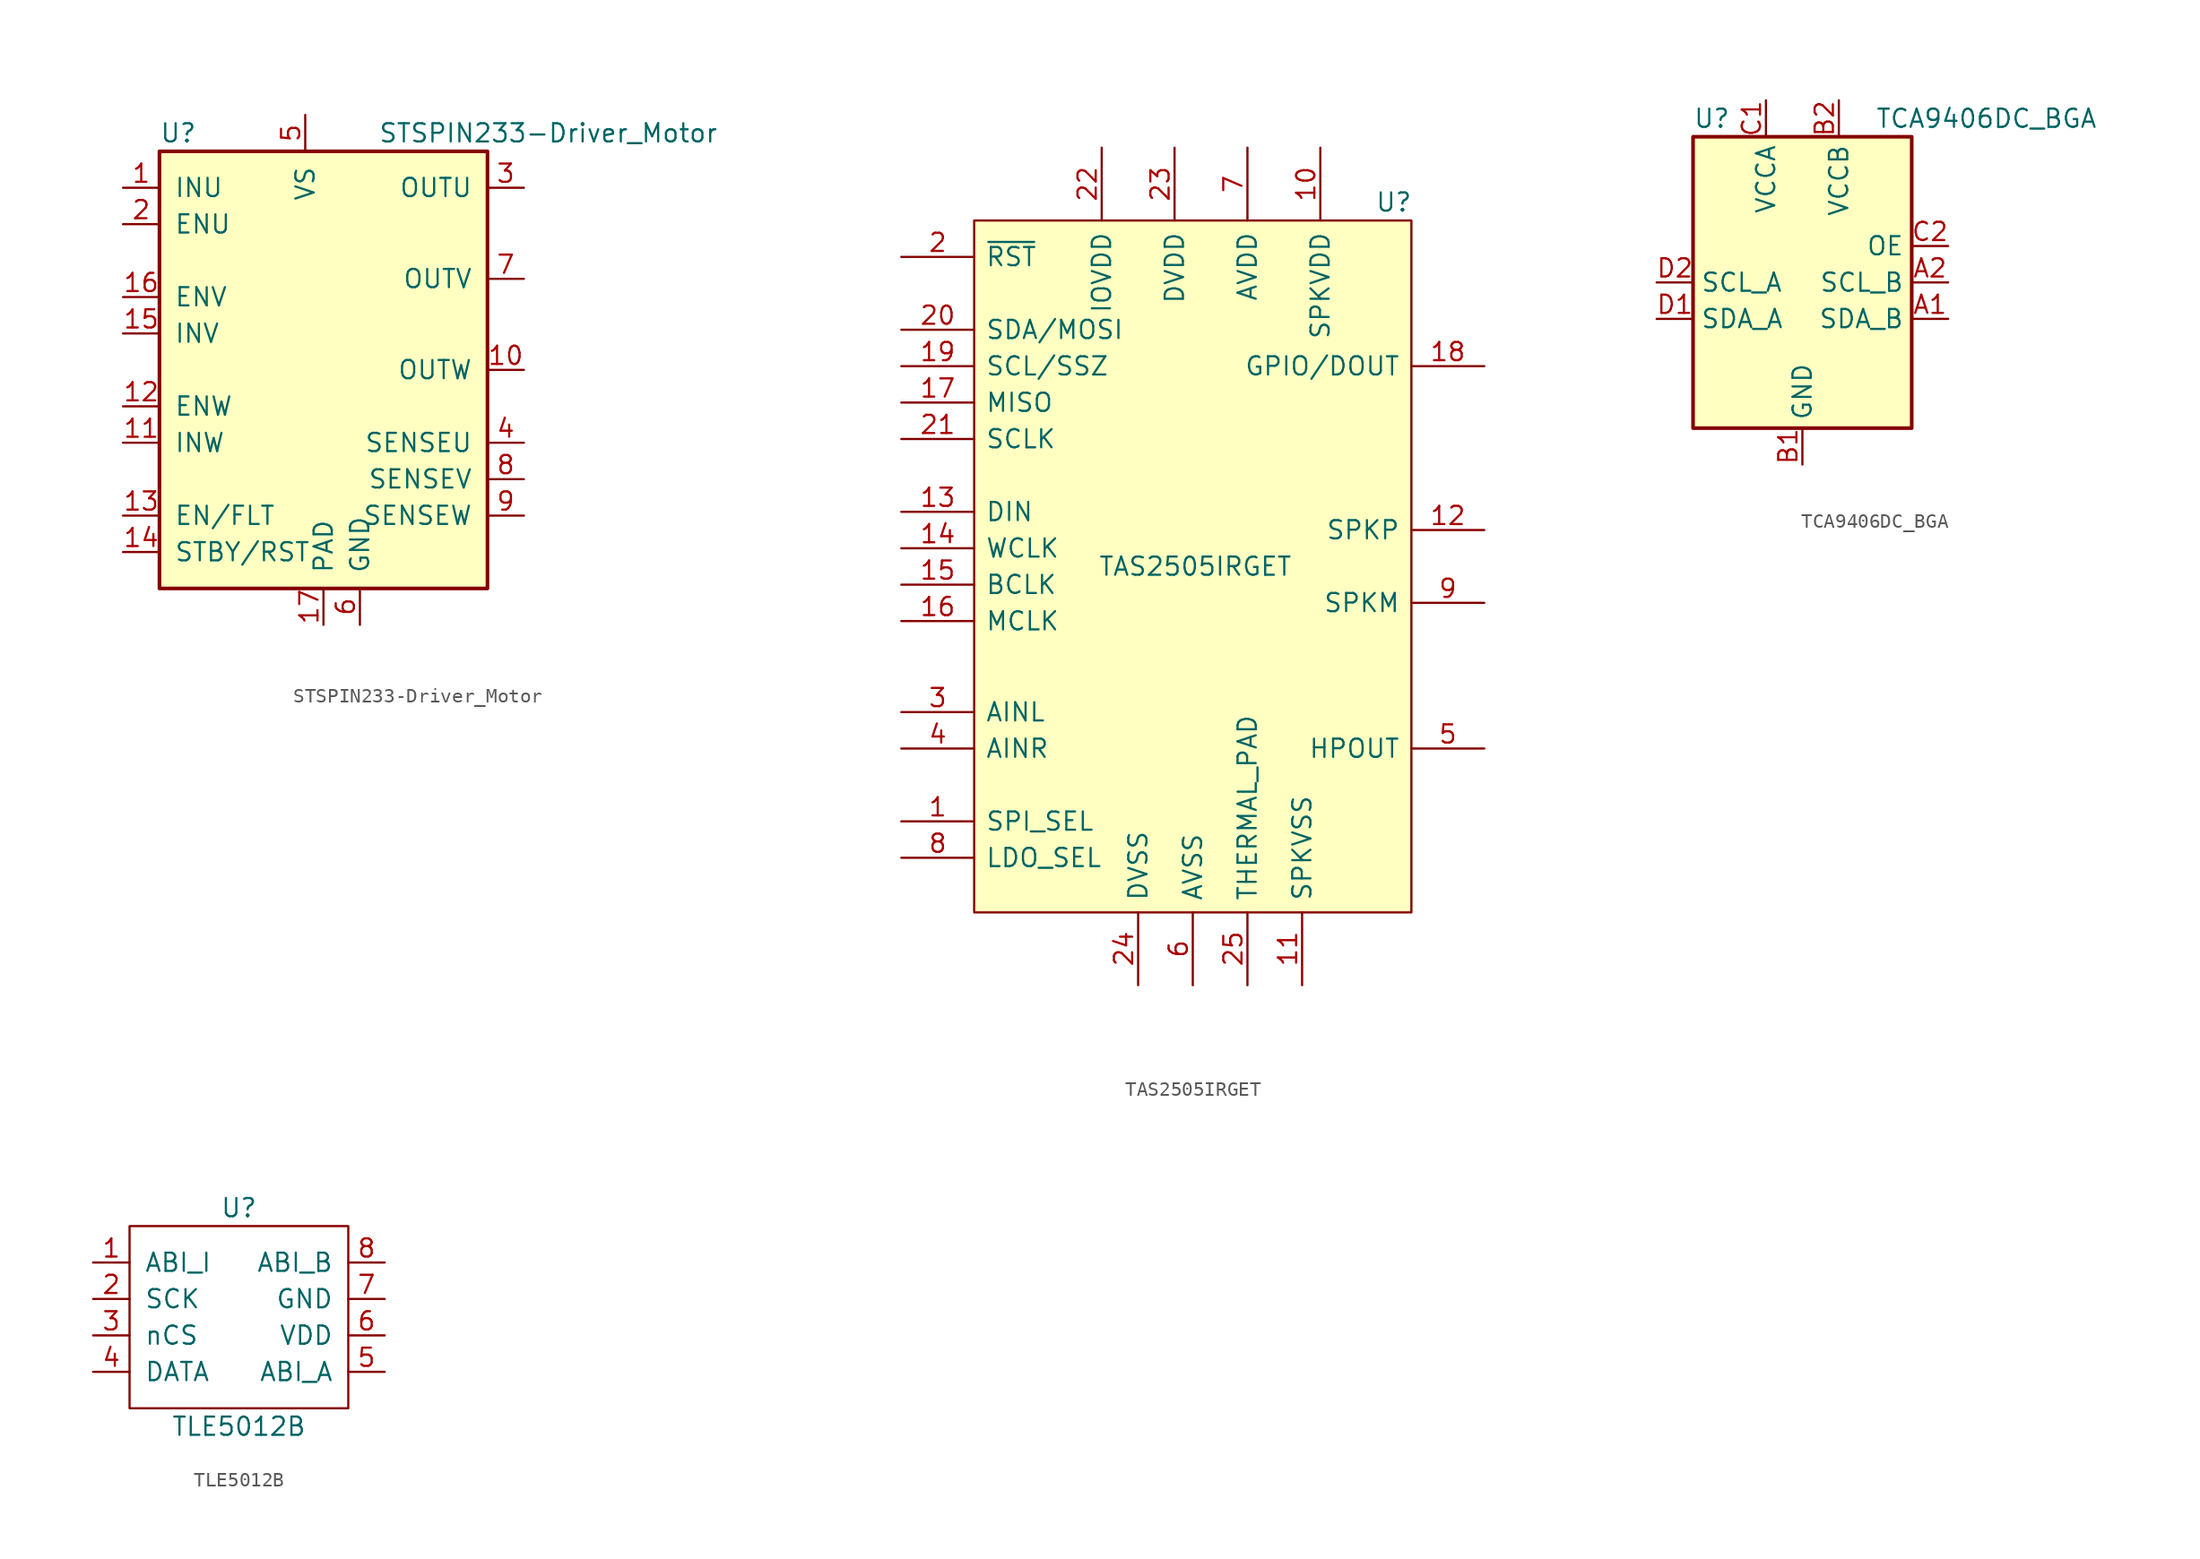
<source format=kicad_sym>
(kicad_symbol_lib
  (version 20231120)
  (generator "kicad_symbol_editor")
  (generator_version "8.0")
  (symbol "STSPIN233-Driver_Motor"
    (pin_names
      (offset 1.016))
    (property "Reference" "U"
      (at -10.16 16.51 0)
      (effects (font (size 1.27 1.27)) (justify left)))
    (property "Value" "STSPIN233-Driver_Motor"
      (at 5.08 16.51 0)
      (effects (font (size 1.27 1.27)) (justify left)))
    (symbol "STSPIN233-Driver_Motor_0_1"
      (rectangle (start -10.16 15.24) (end 12.7 -15.24) (stroke (width 0.254) (type default)) (fill (type background))))
    (symbol "STSPIN233-Driver_Motor_1_1"
      (pin input line (at -12.7 12.7 0) (length 2.54) (name "INU" (effects (font (size 1.27 1.27)))) (number "1" (effects (font (size 1.27 1.27)))))
      (pin power_out line (at 15.24 0 180) (length 2.54) (name "OUTW" (effects (font (size 1.27 1.27)))) (number "10" (effects (font (size 1.27 1.27)))))
      (pin input line (at -12.7 -5.08 0) (length 2.54) (name "INW" (effects (font (size 1.27 1.27)))) (number "11" (effects (font (size 1.27 1.27)))))
      (pin input line (at -12.7 -2.54 0) (length 2.54) (name "ENW" (effects (font (size 1.27 1.27)))) (number "12" (effects (font (size 1.27 1.27)))))
      (pin bidirectional line (at -12.7 -10.16 0) (length 2.54) (name "EN/FLT" (effects (font (size 1.27 1.27)))) (number "13" (effects (font (size 1.27 1.27)))))
      (pin input line (at -12.7 -12.7 0) (length 2.54) (name "STBY/RST" (effects (font (size 1.27 1.27)))) (number "14" (effects (font (size 1.27 1.27)))))
      (pin input line (at -12.7 2.54 0) (length 2.54) (name "INV" (effects (font (size 1.27 1.27)))) (number "15" (effects (font (size 1.27 1.27)))))
      (pin input line (at -12.7 5.08 0) (length 2.54) (name "ENV" (effects (font (size 1.27 1.27)))) (number "16" (effects (font (size 1.27 1.27)))))
      (pin power_in line (at 1.27 -17.78 90) (length 2.54) (name "PAD" (effects (font (size 1.27 1.27)))) (number "17" (effects (font (size 1.27 1.27)))))
      (pin input line (at -12.7 10.16 0) (length 2.54) (name "ENU" (effects (font (size 1.27 1.27)))) (number "2" (effects (font (size 1.27 1.27)))))
      (pin power_out line (at 15.24 12.7 180) (length 2.54) (name "OUTU" (effects (font (size 1.27 1.27)))) (number "3" (effects (font (size 1.27 1.27)))))
      (pin power_in line (at 15.24 -5.08 180) (length 2.54) (name "SENSEU" (effects (font (size 1.27 1.27)))) (number "4" (effects (font (size 1.27 1.27)))))
      (pin power_in line (at 0 17.78 270) (length 2.54) (name "VS" (effects (font (size 1.27 1.27)))) (number "5" (effects (font (size 1.27 1.27)))))
      (pin power_in line (at 3.81 -17.78 90) (length 2.54) (name "GND" (effects (font (size 1.27 1.27)))) (number "6" (effects (font (size 1.27 1.27)))))
      (pin power_out line (at 15.24 6.35 180) (length 2.54) (name "OUTV" (effects (font (size 1.27 1.27)))) (number "7" (effects (font (size 1.27 1.27)))))
      (pin power_in line (at 15.24 -7.62 180) (length 2.54) (name "SENSEV" (effects (font (size 1.27 1.27)))) (number "8" (effects (font (size 1.27 1.27)))))
      (pin power_in line (at 15.24 -10.16 180) (length 2.54) (name "SENSEW" (effects (font (size 1.27 1.27)))) (number "9" (effects (font (size 1.27 1.27)))))))
  (symbol "TAS2505IRGET"
    (pin_names
      (offset 0.762))
    (property "Reference" "U"
      (at 12.7 25.4 0)
      (effects (font (size 1.27 1.27)) (justify left)))
    (property "Value" "TAS2505IRGET"
      (at -6.604 0 0)
      (effects (font (size 1.27 1.27)) (justify left)))
    (symbol "TAS2505IRGET_0_0"
      (pin passive line (at -20.32 -17.78 0) (length 5.08) (name "SPI_SEL" (effects (font (size 1.27 1.27)))) (number "1" (effects (font (size 1.27 1.27)))))
      (pin power_in line (at 8.89 29.21 270) (length 5.08) (name "SPKVDD" (effects (font (size 1.27 1.27)))) (number "10" (effects (font (size 1.27 1.27)))))
      (pin power_in line (at 7.62 -29.21 90) (length 5.08) (name "SPKVSS" (effects (font (size 1.27 1.27)))) (number "11" (effects (font (size 1.27 1.27)))))
      (pin passive line (at 20.32 2.54 180) (length 5.08) (name "SPKP" (effects (font (size 1.27 1.27)))) (number "12" (effects (font (size 1.27 1.27)))))
      (pin input line (at -20.32 3.81 0) (length 5.08) (name "DIN" (effects (font (size 1.27 1.27)))) (number "13" (effects (font (size 1.27 1.27)))))
      (pin input line (at -20.32 1.27 0) (length 5.08) (name "WCLK" (effects (font (size 1.27 1.27)))) (number "14" (effects (font (size 1.27 1.27)))))
      (pin input line (at -20.32 -1.27 0) (length 5.08) (name "BCLK" (effects (font (size 1.27 1.27)))) (number "15" (effects (font (size 1.27 1.27)))))
      (pin input line (at -20.32 -3.81 0) (length 5.08) (name "MCLK" (effects (font (size 1.27 1.27)))) (number "16" (effects (font (size 1.27 1.27)))))
      (pin passive line (at -20.32 11.43 0) (length 5.08) (name "MISO" (effects (font (size 1.27 1.27)))) (number "17" (effects (font (size 1.27 1.27)))))
      (pin bidirectional line (at 20.32 13.97 180) (length 5.08) (name "GPIO/DOUT" (effects (font (size 1.27 1.27)))) (number "18" (effects (font (size 1.27 1.27)))))
      (pin passive line (at -20.32 13.97 0) (length 5.08) (name "SCL/SSZ" (effects (font (size 1.27 1.27)))) (number "19" (effects (font (size 1.27 1.27)))))
      (pin input line (at -20.32 21.59 0) (length 5.08) (name "~{RST}" (effects (font (size 1.27 1.27)))) (number "2" (effects (font (size 1.27 1.27)))))
      (pin passive line (at -20.32 16.51 0) (length 5.08) (name "SDA/MOSI" (effects (font (size 1.27 1.27)))) (number "20" (effects (font (size 1.27 1.27)))))
      (pin input line (at -20.32 8.89 0) (length 5.08) (name "SCLK" (effects (font (size 1.27 1.27)))) (number "21" (effects (font (size 1.27 1.27)))))
      (pin power_in line (at -1.27 29.21 270) (length 5.08) (name "DVDD" (effects (font (size 1.27 1.27)))) (number "23" (effects (font (size 1.27 1.27)))))
      (pin power_in line (at -3.81 -29.21 90) (length 5.08) (name "DVSS" (effects (font (size 1.27 1.27)))) (number "24" (effects (font (size 1.27 1.27)))))
      (pin passive line (at 3.81 -29.21 90) (length 5.08) (name "THERMAL_PAD" (effects (font (size 1.27 1.27)))) (number "25" (effects (font (size 1.27 1.27)))))
      (pin input line (at -20.32 -10.16 0) (length 5.08) (name "AINL" (effects (font (size 1.27 1.27)))) (number "3" (effects (font (size 1.27 1.27)))))
      (pin input line (at -20.32 -12.7 0) (length 5.08) (name "AINR" (effects (font (size 1.27 1.27)))) (number "4" (effects (font (size 1.27 1.27)))))
      (pin output line (at 20.32 -12.7 180) (length 5.08) (name "HPOUT" (effects (font (size 1.27 1.27)))) (number "5" (effects (font (size 1.27 1.27)))))
      (pin power_in line (at 0 -29.21 90) (length 5.08) (name "AVSS" (effects (font (size 1.27 1.27)))) (number "6" (effects (font (size 1.27 1.27)))))
      (pin power_in line (at 3.81 29.21 270) (length 5.08) (name "AVDD" (effects (font (size 1.27 1.27)))) (number "7" (effects (font (size 1.27 1.27)))))
      (pin passive line (at -20.32 -20.32 0) (length 5.08) (name "LDO_SEL" (effects (font (size 1.27 1.27)))) (number "8" (effects (font (size 1.27 1.27)))))
      (pin passive line (at 20.32 -2.54 180) (length 5.08) (name "SPKM" (effects (font (size 1.27 1.27)))) (number "9" (effects (font (size 1.27 1.27))))))
    (symbol "TAS2505IRGET_1_0"
      (pin power_in line (at -6.35 29.21 270) (length 5.08) (name "IOVDD" (effects (font (size 1.27 1.27)))) (number "22" (effects (font (size 1.27 1.27))))))
    (symbol "TAS2505IRGET_1_1"
      (polyline (pts (xy -15.24 24.13) (xy 15.24 24.13) (xy 15.24 -24.13) (xy -15.24 -24.13) (xy -15.24 24.13)) (stroke (width 0.152) (type solid)) (fill (type background)))))
  (symbol "TCA9406DC_BGA"
    (property "Reference" "U"
      (at -7.62 11.43 0)
      (effects (font (size 1.27 1.27)) (justify left)))
    (property "Value" "TCA9406DC_BGA"
      (at 5.08 11.43 0)
      (effects (font (size 1.27 1.27)) (justify left)))
    (symbol "TCA9406DC_BGA_0_1"
      (rectangle (start -7.62 10.16) (end 7.62 -10.16) (stroke (width 0.254) (type default)) (fill (type background))))
    (symbol "TCA9406DC_BGA_1_1"
      (pin bidirectional line (at 10.16 -2.54 180) (length 2.54) (name "SDA_B" (effects (font (size 1.27 1.27)))) (number "A1" (effects (font (size 1.27 1.27)))))
      (pin bidirectional line (at 10.16 0 180) (length 2.54) (name "SCL_B" (effects (font (size 1.27 1.27)))) (number "A2" (effects (font (size 1.27 1.27)))))
      (pin power_in line (at 0 -12.7 90) (length 2.54) (name "GND" (effects (font (size 1.27 1.27)))) (number "B1" (effects (font (size 1.27 1.27)))))
      (pin power_in line (at 2.54 12.7 270) (length 2.54) (name "VCCB" (effects (font (size 1.27 1.27)))) (number "B2" (effects (font (size 1.27 1.27)))))
      (pin power_in line (at -2.54 12.7 270) (length 2.54) (name "VCCA" (effects (font (size 1.27 1.27)))) (number "C1" (effects (font (size 1.27 1.27)))))
      (pin input line (at 10.16 2.54 180) (length 2.54) (name "OE" (effects (font (size 1.27 1.27)))) (number "C2" (effects (font (size 1.27 1.27)))))
      (pin bidirectional line (at -10.16 -2.54 0) (length 2.54) (name "SDA_A" (effects (font (size 1.27 1.27)))) (number "D1" (effects (font (size 1.27 1.27)))))
      (pin bidirectional line (at -10.16 0 0) (length 2.54) (name "SCL_A" (effects (font (size 1.27 1.27)))) (number "D2" (effects (font (size 1.27 1.27)))))))
  (symbol "TLE5012B"
    (pin_names
      (offset 1.016))
    (property "Reference" "U"
      (at 0 7.62 0)
      (effects (font (size 1.27 1.27))))
    (property "Value" "TLE5012B"
      (at 0 -7.62 0)
      (effects (font (size 1.27 1.27))))
    (symbol "TLE5012B_0_0"
      (pin output line (at -10.16 3.81 0) (length 2.54) (name "ABI_I" (effects (font (size 1.27 1.27)))) (number "1" (effects (font (size 1.27 1.27)))))
      (pin input line (at -10.16 1.27 0) (length 2.54) (name "SCK" (effects (font (size 1.27 1.27)))) (number "2" (effects (font (size 1.27 1.27)))))
      (pin input line (at -10.16 -1.27 0) (length 2.54) (name "nCS" (effects (font (size 1.27 1.27)))) (number "3" (effects (font (size 1.27 1.27)))))
      (pin bidirectional line (at -10.16 -3.81 0) (length 2.54) (name "DATA" (effects (font (size 1.27 1.27)))) (number "4" (effects (font (size 1.27 1.27)))))
      (pin output line (at 10.16 -3.81 180) (length 2.54) (name "ABI_A" (effects (font (size 1.27 1.27)))) (number "5" (effects (font (size 1.27 1.27)))))
      (pin power_in line (at 10.16 -1.27 180) (length 2.54) (name "VDD" (effects (font (size 1.27 1.27)))) (number "6" (effects (font (size 1.27 1.27)))))
      (pin power_out line (at 10.16 1.27 180) (length 2.54) (name "GND" (effects (font (size 1.27 1.27)))) (number "7" (effects (font (size 1.27 1.27)))))
      (pin output line (at 10.16 3.81 180) (length 2.54) (name "ABI_B" (effects (font (size 1.27 1.27)))) (number "8" (effects (font (size 1.27 1.27))))))
    (symbol "TLE5012B_0_1"
      (rectangle (start -7.62 6.35) (end 7.62 -6.35) (stroke (width 0) (type default)) (fill (type none))))))
</source>
